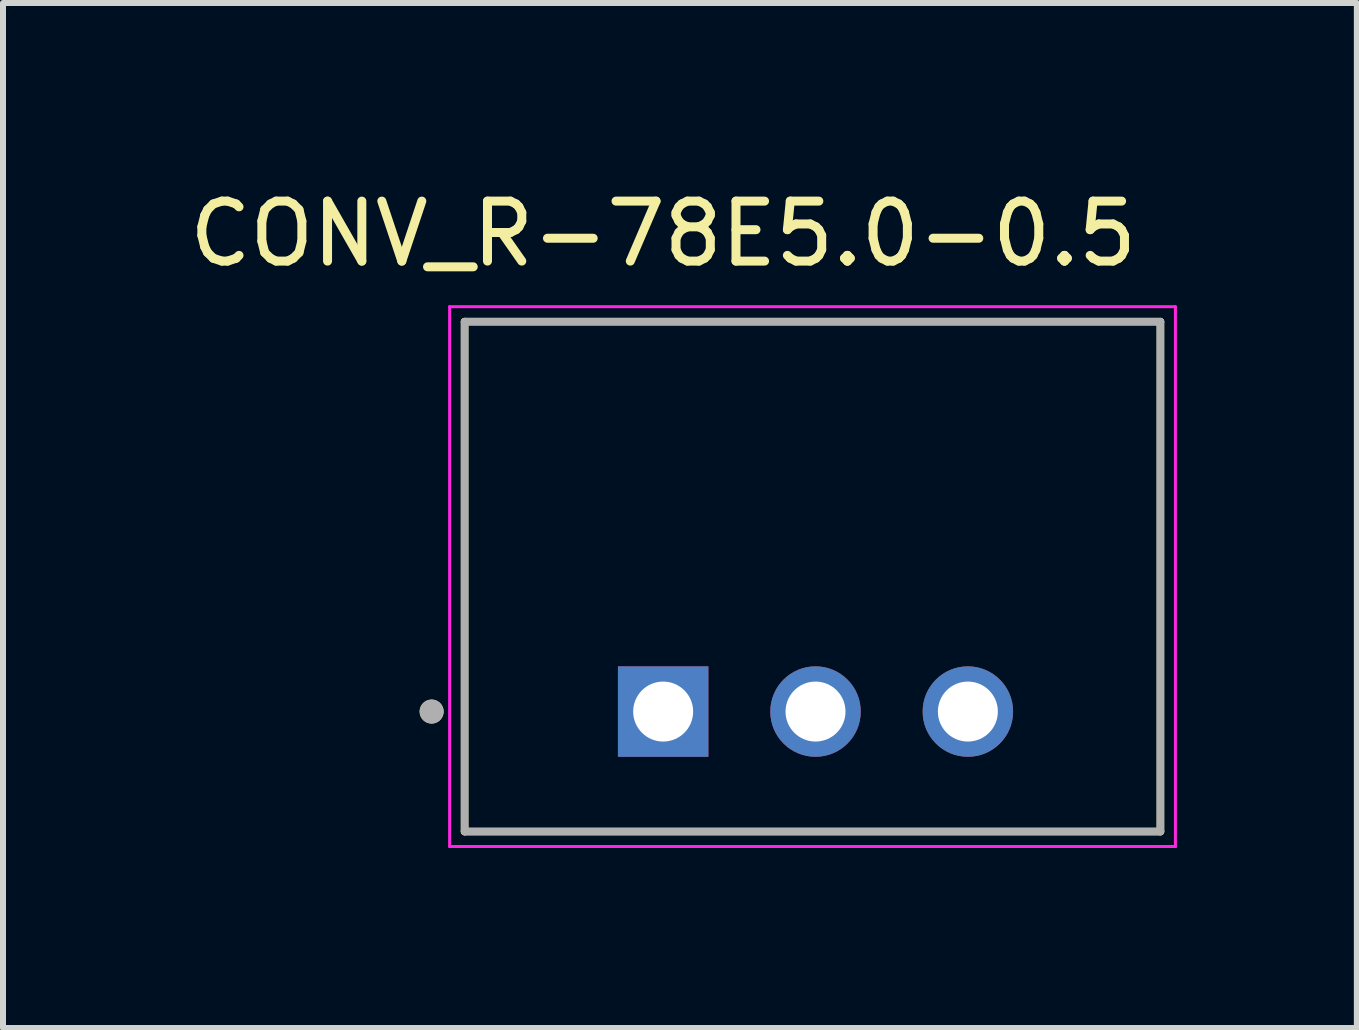
<source format=kicad_pcb>
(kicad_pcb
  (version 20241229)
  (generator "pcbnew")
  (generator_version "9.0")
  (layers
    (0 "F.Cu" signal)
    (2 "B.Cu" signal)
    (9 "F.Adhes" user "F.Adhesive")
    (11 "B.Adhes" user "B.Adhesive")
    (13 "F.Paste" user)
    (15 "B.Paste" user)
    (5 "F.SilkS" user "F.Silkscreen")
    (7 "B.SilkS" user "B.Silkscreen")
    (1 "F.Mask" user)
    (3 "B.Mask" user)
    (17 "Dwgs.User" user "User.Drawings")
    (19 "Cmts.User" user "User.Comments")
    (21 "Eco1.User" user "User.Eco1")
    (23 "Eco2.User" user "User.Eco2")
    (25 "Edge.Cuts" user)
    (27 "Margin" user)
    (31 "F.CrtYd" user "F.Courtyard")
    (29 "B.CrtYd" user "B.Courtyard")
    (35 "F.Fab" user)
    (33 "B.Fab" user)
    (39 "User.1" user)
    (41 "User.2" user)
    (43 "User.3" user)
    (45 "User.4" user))
  (footprint "CONV_R-78E5.0-0.5"
    (layer "F.Cu")
    (at 10.546 6.563)
    (property "Reference" "CONV_R-78E5.0-0.5" (at -2.54 -5.715 0) (layer "F.SilkS") (effects (font (size 1 1) (thickness 0.15))))
    (attr through_hole)
    (fp_line (start -5.85 -4.25) (end -5.85 4.25) (stroke (width 0.127) (type solid)) (layer "F.SilkS"))
    (fp_line (start -5.85 4.25) (end 5.75 4.25) (stroke (width 0.127) (type solid)) (layer "F.SilkS"))
    (fp_line (start 5.75 -4.25) (end -5.85 -4.25) (stroke (width 0.127) (type solid)) (layer "F.SilkS"))
    (fp_line (start 5.75 4.25) (end 5.75 -4.25) (stroke (width 0.127) (type solid)) (layer "F.SilkS"))
    (fp_circle (center -6.4 2.25) (end -6.3 2.25) (stroke (width 0.2) (type solid)) (fill no) (layer "F.SilkS"))
    (fp_line (start -6.1 -4.5) (end -6.1 4.5) (stroke (width 0.05) (type solid)) (layer "F.CrtYd"))
    (fp_line (start -6.1 4.5) (end 6 4.5) (stroke (width 0.05) (type solid)) (layer "F.CrtYd"))
    (fp_line (start 6 -4.5) (end -6.1 -4.5) (stroke (width 0.05) (type solid)) (layer "F.CrtYd"))
    (fp_line (start 6 4.5) (end 6 -4.5) (stroke (width 0.05) (type solid)) (layer "F.CrtYd"))
    (fp_line (start -5.85 -4.25) (end -5.85 4.25) (stroke (width 0.127) (type solid)) (layer "F.Fab"))
    (fp_line (start -5.85 4.25) (end 5.75 4.25) (stroke (width 0.127) (type solid)) (layer "F.Fab"))
    (fp_line (start 5.75 -4.25) (end -5.85 -4.25) (stroke (width 0.127) (type solid)) (layer "F.Fab"))
    (fp_line (start 5.75 4.25) (end 5.75 -4.25) (stroke (width 0.127) (type solid)) (layer "F.Fab"))
    (fp_circle (center -6.4 2.25) (end -6.3 2.25) (stroke (width 0.2) (type solid)) (fill no) (layer "F.Fab"))
    (pad "1" thru_hole rect (at -2.54 2.25) (size 1.508 1.508) (drill 1) (layers "*.Cu" "*.Mask"))
    (pad "2" thru_hole circle (at 0 2.25) (size 1.508 1.508) (drill 1) (layers "*.Cu" "*.Mask"))
    (pad "3" thru_hole circle (at 2.54 2.25) (size 1.508 1.508) (drill 1) (layers "*.Cu" "*.Mask")))
  (gr_rect
    (start -3 -3)
    (end 19.571 14.088)
    (stroke (width 0.1) (type default))
    (fill no)
    (layer "Edge.Cuts")))
</source>
